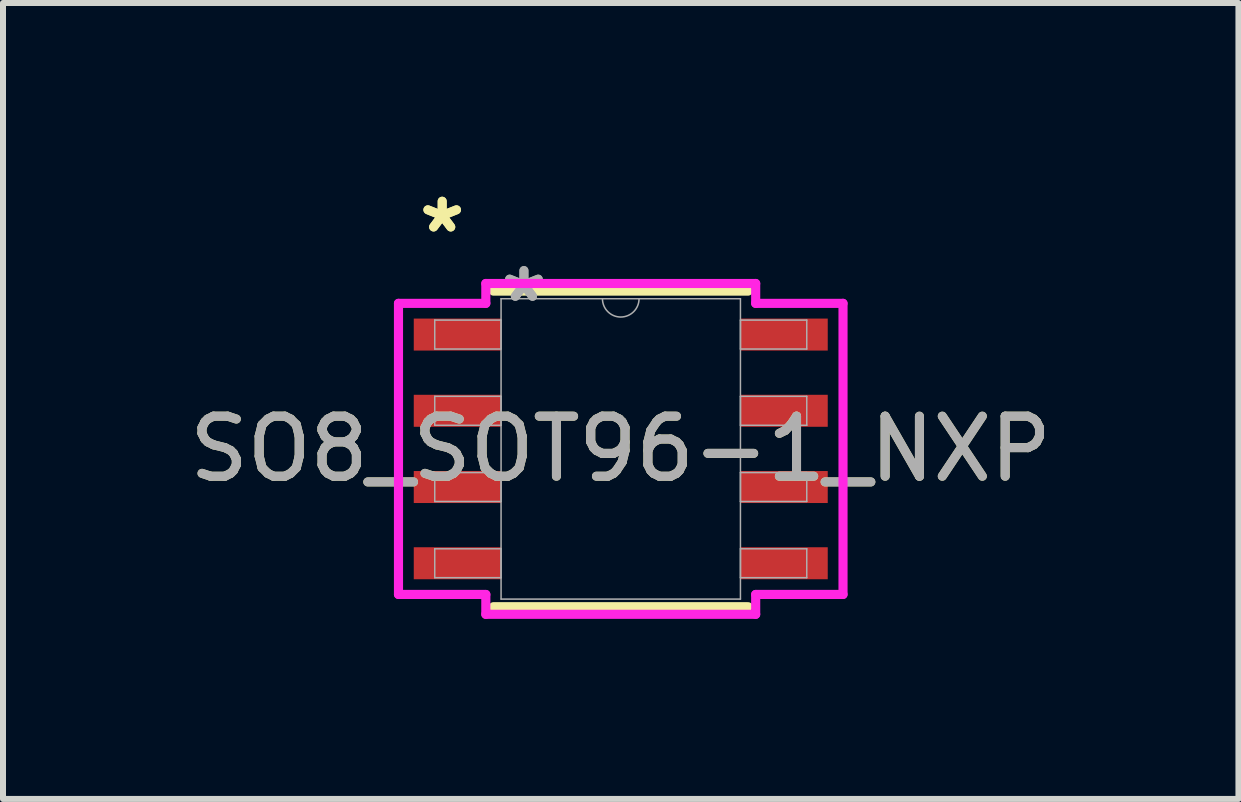
<source format=kicad_pcb>
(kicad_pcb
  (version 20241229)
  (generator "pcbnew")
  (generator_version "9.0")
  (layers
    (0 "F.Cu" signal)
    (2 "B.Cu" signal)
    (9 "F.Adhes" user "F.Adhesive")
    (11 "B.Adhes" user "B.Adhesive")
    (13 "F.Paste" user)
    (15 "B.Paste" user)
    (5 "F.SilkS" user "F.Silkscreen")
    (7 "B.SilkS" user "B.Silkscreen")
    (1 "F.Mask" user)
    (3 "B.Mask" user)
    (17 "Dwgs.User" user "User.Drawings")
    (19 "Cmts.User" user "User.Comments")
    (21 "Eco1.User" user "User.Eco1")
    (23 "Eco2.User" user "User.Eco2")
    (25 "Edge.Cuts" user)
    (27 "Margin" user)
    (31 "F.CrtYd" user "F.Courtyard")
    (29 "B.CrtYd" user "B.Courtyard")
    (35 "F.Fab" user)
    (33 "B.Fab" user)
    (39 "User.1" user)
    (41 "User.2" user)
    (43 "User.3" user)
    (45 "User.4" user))
  (footprint "SO8_SOT96-1_NXP"
    (layer "F.Cu")
    (at 7.292 4.429)
    (property "Reference" "SO8_SOT96-1_NXP" (at 0 0 0) (unlocked yes) (layer "F.SilkS") (effects (font (size 1 1) (thickness 0.15))))
    (attr smd)
    (fp_line (start -2.121 2.629) (end 2.121 2.629) (stroke (width 0.152) (type solid)) (layer "F.SilkS"))
    (fp_line (start 2.121 -2.629) (end -2.121 -2.629) (stroke (width 0.152) (type solid)) (layer "F.SilkS"))
    (fp_line (start -3.703 -2.425) (end -2.248 -2.425) (stroke (width 0.152) (type solid)) (layer "F.CrtYd"))
    (fp_line (start -3.703 2.425) (end -3.703 -2.425) (stroke (width 0.152) (type solid)) (layer "F.CrtYd"))
    (fp_line (start -3.703 2.425) (end -2.248 2.425) (stroke (width 0.152) (type solid)) (layer "F.CrtYd"))
    (fp_line (start -2.248 -2.756) (end 2.248 -2.756) (stroke (width 0.152) (type solid)) (layer "F.CrtYd"))
    (fp_line (start -2.248 -2.425) (end -2.248 -2.756) (stroke (width 0.152) (type solid)) (layer "F.CrtYd"))
    (fp_line (start -2.248 2.756) (end -2.248 2.425) (stroke (width 0.152) (type solid)) (layer "F.CrtYd"))
    (fp_line (start 2.248 -2.756) (end 2.248 -2.425) (stroke (width 0.152) (type solid)) (layer "F.CrtYd"))
    (fp_line (start 2.248 2.425) (end 2.248 2.756) (stroke (width 0.152) (type solid)) (layer "F.CrtYd"))
    (fp_line (start 2.248 2.756) (end -2.248 2.756) (stroke (width 0.152) (type solid)) (layer "F.CrtYd"))
    (fp_line (start 3.703 -2.425) (end 2.248 -2.425) (stroke (width 0.152) (type solid)) (layer "F.CrtYd"))
    (fp_line (start 3.703 -2.425) (end 3.703 2.425) (stroke (width 0.152) (type solid)) (layer "F.CrtYd"))
    (fp_line (start 3.703 2.425) (end 2.248 2.425) (stroke (width 0.152) (type solid)) (layer "F.CrtYd"))
    (fp_line (start -3.099 -2.146) (end -3.099 -1.664) (stroke (width 0.025) (type solid)) (layer "F.Fab"))
    (fp_line (start -3.099 -1.664) (end -1.994 -1.664) (stroke (width 0.025) (type solid)) (layer "F.Fab"))
    (fp_line (start -3.099 -0.876) (end -3.099 -0.394) (stroke (width 0.025) (type solid)) (layer "F.Fab"))
    (fp_line (start -3.099 -0.394) (end -1.994 -0.394) (stroke (width 0.025) (type solid)) (layer "F.Fab"))
    (fp_line (start -3.099 0.394) (end -3.099 0.876) (stroke (width 0.025) (type solid)) (layer "F.Fab"))
    (fp_line (start -3.099 0.876) (end -1.994 0.876) (stroke (width 0.025) (type solid)) (layer "F.Fab"))
    (fp_line (start -3.099 1.664) (end -3.099 2.146) (stroke (width 0.025) (type solid)) (layer "F.Fab"))
    (fp_line (start -3.099 2.146) (end -1.994 2.146) (stroke (width 0.025) (type solid)) (layer "F.Fab"))
    (fp_line (start -1.994 -2.502) (end -1.994 2.502) (stroke (width 0.025) (type solid)) (layer "F.Fab"))
    (fp_line (start -1.994 -2.146) (end -3.099 -2.146) (stroke (width 0.025) (type solid)) (layer "F.Fab"))
    (fp_line (start -1.994 -1.664) (end -1.994 -2.146) (stroke (width 0.025) (type solid)) (layer "F.Fab"))
    (fp_line (start -1.994 -0.876) (end -3.099 -0.876) (stroke (width 0.025) (type solid)) (layer "F.Fab"))
    (fp_line (start -1.994 -0.394) (end -1.994 -0.876) (stroke (width 0.025) (type solid)) (layer "F.Fab"))
    (fp_line (start -1.994 0.394) (end -3.099 0.394) (stroke (width 0.025) (type solid)) (layer "F.Fab"))
    (fp_line (start -1.994 0.876) (end -1.994 0.394) (stroke (width 0.025) (type solid)) (layer "F.Fab"))
    (fp_line (start -1.994 1.664) (end -3.099 1.664) (stroke (width 0.025) (type solid)) (layer "F.Fab"))
    (fp_line (start -1.994 2.146) (end -1.994 1.664) (stroke (width 0.025) (type solid)) (layer "F.Fab"))
    (fp_line (start -1.994 2.502) (end 1.994 2.502) (stroke (width 0.025) (type solid)) (layer "F.Fab"))
    (fp_line (start 1.994 -2.502) (end -1.994 -2.502) (stroke (width 0.025) (type solid)) (layer "F.Fab"))
    (fp_line (start 1.994 -2.146) (end 1.994 -1.664) (stroke (width 0.025) (type solid)) (layer "F.Fab"))
    (fp_line (start 1.994 -1.664) (end 3.099 -1.664) (stroke (width 0.025) (type solid)) (layer "F.Fab"))
    (fp_line (start 1.994 -0.876) (end 1.994 -0.394) (stroke (width 0.025) (type solid)) (layer "F.Fab"))
    (fp_line (start 1.994 -0.394) (end 3.099 -0.394) (stroke (width 0.025) (type solid)) (layer "F.Fab"))
    (fp_line (start 1.994 0.394) (end 1.994 0.876) (stroke (width 0.025) (type solid)) (layer "F.Fab"))
    (fp_line (start 1.994 0.876) (end 3.099 0.876) (stroke (width 0.025) (type solid)) (layer "F.Fab"))
    (fp_line (start 1.994 1.664) (end 1.994 2.146) (stroke (width 0.025) (type solid)) (layer "F.Fab"))
    (fp_line (start 1.994 2.146) (end 3.099 2.146) (stroke (width 0.025) (type solid)) (layer "F.Fab"))
    (fp_line (start 1.994 2.502) (end 1.994 -2.502) (stroke (width 0.025) (type solid)) (layer "F.Fab"))
    (fp_line (start 3.099 -2.146) (end 1.994 -2.146) (stroke (width 0.025) (type solid)) (layer "F.Fab"))
    (fp_line (start 3.099 -1.664) (end 3.099 -2.146) (stroke (width 0.025) (type solid)) (layer "F.Fab"))
    (fp_line (start 3.099 -0.876) (end 1.994 -0.876) (stroke (width 0.025) (type solid)) (layer "F.Fab"))
    (fp_line (start 3.099 -0.394) (end 3.099 -0.876) (stroke (width 0.025) (type solid)) (layer "F.Fab"))
    (fp_line (start 3.099 0.394) (end 1.994 0.394) (stroke (width 0.025) (type solid)) (layer "F.Fab"))
    (fp_line (start 3.099 0.876) (end 3.099 0.394) (stroke (width 0.025) (type solid)) (layer "F.Fab"))
    (fp_line (start 3.099 1.664) (end 1.994 1.664) (stroke (width 0.025) (type solid)) (layer "F.Fab"))
    (fp_line (start 3.099 2.146) (end 3.099 1.664) (stroke (width 0.025) (type solid)) (layer "F.Fab"))
    (fp_arc (start 0.3048 -2.5019) (mid 0 -2.1971) (end -0.3048 -2.5019) (stroke (width 0.0254) (type solid)) (layer "F.Fab"))
    (fp_text user "*" (at -2.975 -3.581 0) (unlocked yes) (layer "F.SilkS") (effects (font (size 1 1) (thickness 0.15))))
    (fp_text user "*" (at -2.975 -3.581 0) (layer "F.SilkS") (effects (font (size 1 1) (thickness 0.15))))
    (fp_text user "*" (at -1.613 -2.426 0) (unlocked yes) (layer "F.Fab") (effects (font (size 1 1) (thickness 0.15))))
    (fp_text user "${REFERENCE}" (at 0 0 0) (unlocked yes) (layer "F.Fab") (effects (font (size 1 1) (thickness 0.15))))
    (fp_text user "*" (at -1.613 -2.426 0) (layer "F.Fab") (effects (font (size 1 1) (thickness 0.15))))
    (pad "1" smd rect (at -2.721 -1.905) (size 1.455 0.533) (layers "F.Cu" "F.Mask" "F.Paste"))
    (pad "2" smd rect (at -2.721 -0.635) (size 1.455 0.533) (layers "F.Cu" "F.Mask" "F.Paste"))
    (pad "3" smd rect (at -2.721 0.635) (size 1.455 0.533) (layers "F.Cu" "F.Mask" "F.Paste"))
    (pad "4" smd rect (at -2.721 1.905) (size 1.455 0.533) (layers "F.Cu" "F.Mask" "F.Paste"))
    (pad "5" smd rect (at 2.721 1.905) (size 1.455 0.533) (layers "F.Cu" "F.Mask" "F.Paste"))
    (pad "6" smd rect (at 2.721 0.635) (size 1.455 0.533) (layers "F.Cu" "F.Mask" "F.Paste"))
    (pad "7" smd rect (at 2.721 -0.635) (size 1.455 0.533) (layers "F.Cu" "F.Mask" "F.Paste"))
    (pad "8" smd rect (at 2.721 -1.905) (size 1.455 0.533) (layers "F.Cu" "F.Mask" "F.Paste")))
  (gr_rect
    (start -3 -3)
    (end 17.583 10.261)
    (stroke (width 0.1) (type default))
    (fill no)
    (layer "Edge.Cuts")))
</source>
